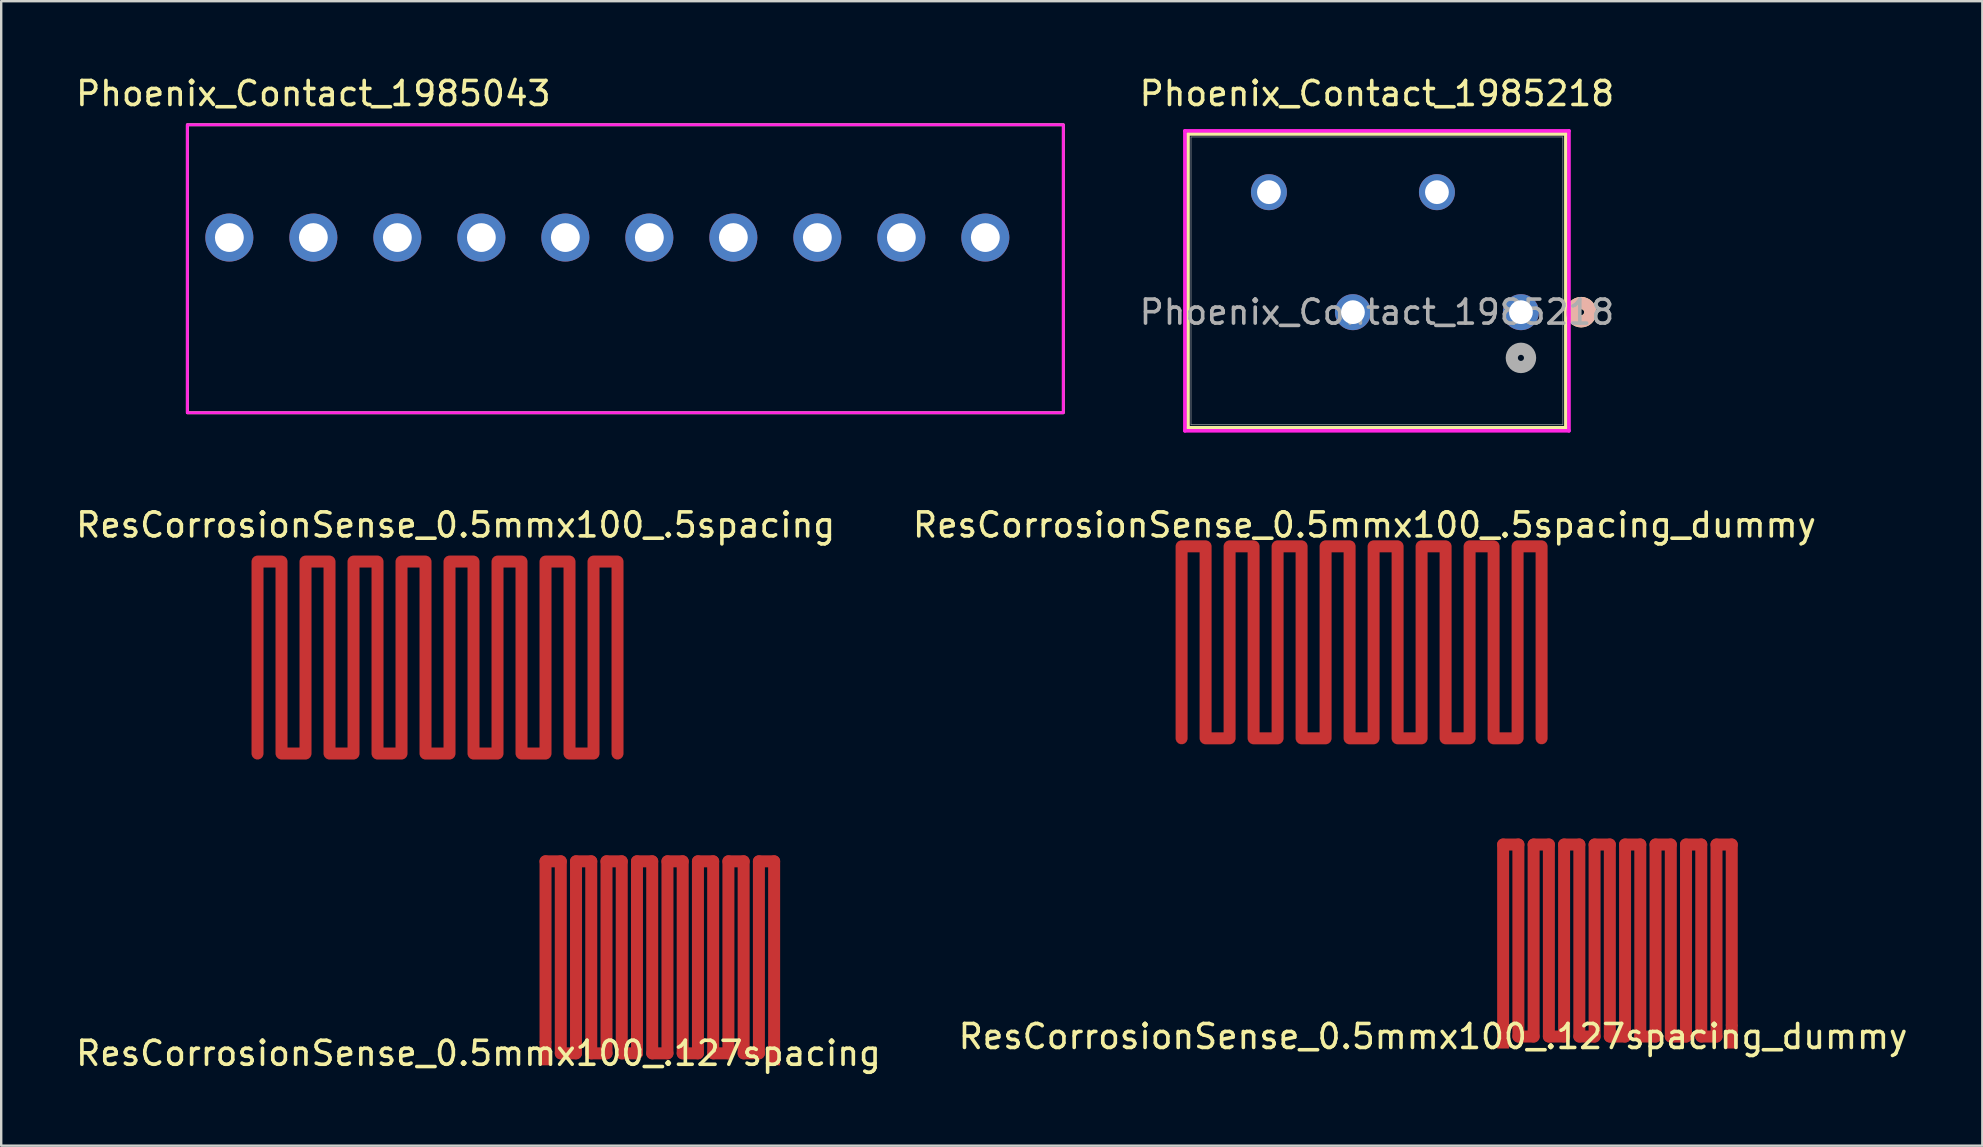
<source format=kicad_pcb>
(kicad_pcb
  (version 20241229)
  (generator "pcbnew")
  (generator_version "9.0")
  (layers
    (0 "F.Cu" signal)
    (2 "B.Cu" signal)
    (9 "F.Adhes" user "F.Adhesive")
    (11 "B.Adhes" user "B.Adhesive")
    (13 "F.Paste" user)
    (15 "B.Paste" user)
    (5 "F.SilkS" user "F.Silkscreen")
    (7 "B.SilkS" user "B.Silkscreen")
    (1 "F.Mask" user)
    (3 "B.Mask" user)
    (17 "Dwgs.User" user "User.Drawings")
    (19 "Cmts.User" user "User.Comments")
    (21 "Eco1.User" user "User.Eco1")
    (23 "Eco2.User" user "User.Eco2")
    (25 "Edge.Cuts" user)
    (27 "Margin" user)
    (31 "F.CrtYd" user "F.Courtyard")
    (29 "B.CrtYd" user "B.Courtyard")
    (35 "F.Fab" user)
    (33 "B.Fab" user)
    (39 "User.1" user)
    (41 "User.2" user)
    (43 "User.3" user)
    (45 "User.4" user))
  (footprint "ResCorrosionSense_0.5mmx100_.5spacing"
    (layer "F.Cu")
    (at 7.68 28.349)
    (property "Reference" "ResCorrosionSense_0.5mmx100_.5spacing" (at 8.255 -9.525 0) (unlocked yes) (layer "F.SilkS") (effects (font (size 1 1) (thickness 0.15))))
    (attr smd)
    (fp_rect (start -0.26 -8.31) (end 15.315 0.48) (stroke (width 0.12) (type solid)) (fill yes) (layer "F.Mask"))
    (pad "1" smd custom (at 0 0) (size 0.1 0.1) (layers "F.Cu") (options (anchor rect)) (primitives (gr_line (start 0 0) (end 0 -8) (width 0.5)) (gr_line (start 0 -8) (end 1 -8) (width 0.5)) (gr_line (start 1 0) (end 1 -8) (width 0.5)) (gr_line (start 1 0) (end 2 0) (width 0.5)) (gr_line (start 2 0) (end 2 -8) (width 0.5)) (gr_line (start 3 0) (end 3 -8) (width 0.5)) (gr_line (start 4 0) (end 4 -8) (width 0.5)) (gr_line (start 5 0) (end 5 -8) (width 0.5)) (gr_line (start 6 0) (end 6 -8) (width 0.5)) (gr_line (start 7 0) (end 7 -8) (width 0.5)) (gr_line (start 8 0) (end 8 -8) (width 0.5)) (gr_line (start 9 0) (end 9 -8) (width 0.5)) (gr_line (start 10 0) (end 10 -8) (width 0.5)) (gr_line (start 11 0) (end 11 -8) (width 0.5)) (gr_line (start 12 0) (end 12 -8) (width 0.5)) (gr_line (start 13 0) (end 13 -8) (width 0.5)) (gr_line (start 14 0) (end 14 -8) (width 0.5)) (gr_line (start 15 0) (end 15 -8) (width 0.5)) (gr_line (start 2 -8) (end 3 -8) (width 0.5)) (gr_line (start 4 -8) (end 5 -8) (width 0.5)) (gr_line (start 6 -8) (end 7 -8) (width 0.5)) (gr_line (start 8 -8) (end 9 -8) (width 0.5)) (gr_line (start 10 -8) (end 11 -8) (width 0.5)) (gr_line (start 12 -8) (end 13 -8) (width 0.5)) (gr_line (start 14 -8) (end 15 -8) (width 0.5)) (gr_line (start 3 0) (end 4 0) (width 0.5)) (gr_line (start 5 0) (end 6 0) (width 0.5)) (gr_line (start 7 0) (end 8 0) (width 0.5)) (gr_line (start 9 0) (end 10 0) (width 0.5)) (gr_line (start 11 0) (end 12 0) (width 0.5)) (gr_line (start 13 0) (end 14 0) (width 0.5)))))
  (footprint "ResCorrosionSense_0.5mmx100_.127spacing"
    (layer "F.Cu")
    (at 19.681 40.839)
    (property "Reference" "ResCorrosionSense_0.5mmx100_.127spacing" (at -2.794 0 0) (unlocked yes) (layer "F.SilkS") (effects (font (size 1 1) (thickness 0.15))))
    (attr smd)
    (fp_line (start 0 -0.5) (end 0 -8) (stroke (width 0.5) (type solid)) (layer "F.Cu"))
    (fp_line (start 0.635 -8) (end 0 -8) (stroke (width 0.5) (type solid)) (layer "F.Cu"))
    (fp_line (start 0.635 0) (end 0.635 -8) (stroke (width 0.5) (type solid)) (layer "F.Cu"))
    (fp_line (start 1.27 0) (end 0.635 0) (stroke (width 0.5) (type solid)) (layer "F.Cu"))
    (fp_line (start 1.27 0) (end 1.27 -8) (stroke (width 0.5) (type solid)) (layer "F.Cu"))
    (fp_line (start 1.905 -8) (end 1.27 -8) (stroke (width 0.5) (type solid)) (layer "F.Cu"))
    (fp_line (start 1.905 0) (end 1.905 -8) (stroke (width 0.5) (type solid)) (layer "F.Cu"))
    (fp_line (start 2.54 0) (end 1.905 0) (stroke (width 0.5) (type solid)) (layer "F.Cu"))
    (fp_line (start 2.54 0) (end 2.54 -8) (stroke (width 0.5) (type solid)) (layer "F.Cu"))
    (fp_line (start 3.175 -8) (end 2.54 -8) (stroke (width 0.5) (type solid)) (layer "F.Cu"))
    (fp_line (start 3.175 0) (end 3.175 -8) (stroke (width 0.5) (type solid)) (layer "F.Cu"))
    (fp_line (start 3.81 0) (end 3.175 0) (stroke (width 0.5) (type solid)) (layer "F.Cu"))
    (fp_line (start 3.81 0) (end 3.81 -8) (stroke (width 0.5) (type solid)) (layer "F.Cu"))
    (fp_line (start 4.445 -8) (end 3.81 -8) (stroke (width 0.5) (type solid)) (layer "F.Cu"))
    (fp_line (start 4.445 0) (end 4.445 -8) (stroke (width 0.5) (type solid)) (layer "F.Cu"))
    (fp_line (start 5.08 0) (end 4.445 0) (stroke (width 0.5) (type solid)) (layer "F.Cu"))
    (fp_line (start 5.08 0) (end 5.08 -8) (stroke (width 0.5) (type solid)) (layer "F.Cu"))
    (fp_line (start 5.715 -8) (end 5.08 -8) (stroke (width 0.5) (type solid)) (layer "F.Cu"))
    (fp_line (start 5.715 0) (end 5.715 -8) (stroke (width 0.5) (type solid)) (layer "F.Cu"))
    (fp_line (start 6.35 0) (end 5.715 0) (stroke (width 0.5) (type solid)) (layer "F.Cu"))
    (fp_line (start 6.35 0) (end 6.35 -8) (stroke (width 0.5) (type solid)) (layer "F.Cu"))
    (fp_line (start 6.985 -8) (end 6.35 -8) (stroke (width 0.5) (type solid)) (layer "F.Cu"))
    (fp_line (start 6.985 0) (end 6.985 -8) (stroke (width 0.5) (type solid)) (layer "F.Cu"))
    (fp_line (start 7.62 0) (end 6.985 0) (stroke (width 0.5) (type solid)) (layer "F.Cu"))
    (fp_line (start 7.62 0) (end 7.62 -8) (stroke (width 0.5) (type solid)) (layer "F.Cu"))
    (fp_line (start 8.255 -8) (end 7.62 -8) (stroke (width 0.5) (type solid)) (layer "F.Cu"))
    (fp_line (start 8.255 0) (end 8.255 -8) (stroke (width 0.5) (type solid)) (layer "F.Cu"))
    (fp_line (start 8.89 0) (end 8.255 0) (stroke (width 0.5) (type solid)) (layer "F.Cu"))
    (fp_line (start 8.89 0) (end 8.89 -8) (stroke (width 0.5) (type solid)) (layer "F.Cu"))
    (fp_line (start 9.525 -8) (end 8.89 -8) (stroke (width 0.5) (type solid)) (layer "F.Cu"))
    (fp_line (start 9.525 -0.5) (end 9.525 -8) (stroke (width 0.5) (type solid)) (layer "F.Cu"))
    (fp_rect (start 10.16 -8.89) (end -0.635 0.635) (stroke (width 0.12) (type solid)) (fill yes) (layer "F.Mask"))
    (pad "1" smd rect (at 9.525 0) (size 0.5 1) (layers "F.Cu" "F.Mask"))
    (pad "2" smd rect (at 0 0) (size 0.5 1) (layers "F.Cu" "F.Mask")))
  (footprint "Phoenix_Contact_1985218"
    (layer "F.Cu")
    (at 55.402 8.588)
    (property "Reference" "Phoenix_Contact_1985218" (at -1.08 -7.74 0) (unlocked yes) (layer "F.SilkS") (effects (font (size 1 1) (thickness 0.15))))
    (attr through_hole)
    (fp_line (start -8.953 -6.058) (end -8.953 6.185) (stroke (width 0.152) (type solid)) (layer "F.SilkS"))
    (fp_line (start -8.953 6.185) (end 6.795 6.185) (stroke (width 0.152) (type solid)) (layer "F.SilkS"))
    (fp_line (start 6.795 -6.058) (end -8.953 -6.058) (stroke (width 0.152) (type solid)) (layer "F.SilkS"))
    (fp_line (start 6.795 6.185) (end 6.795 -6.058) (stroke (width 0.152) (type solid)) (layer "F.SilkS"))
    (fp_circle (center 7.43 1.369) (end 7.811 1.369) (stroke (width 0.508) (type solid)) (fill no) (layer "F.SilkS"))
    (fp_circle (center 7.43 1.369) (end 7.811 1.369) (stroke (width 0.508) (type solid)) (fill no) (layer "B.SilkS"))
    (fp_line (start -9.08 -6.185) (end -9.08 6.312) (stroke (width 0.152) (type solid)) (layer "F.CrtYd"))
    (fp_line (start -9.08 6.312) (end 6.922 6.312) (stroke (width 0.152) (type solid)) (layer "F.CrtYd"))
    (fp_line (start 6.922 -6.185) (end -9.08 -6.185) (stroke (width 0.152) (type solid)) (layer "F.CrtYd"))
    (fp_line (start 6.922 6.312) (end 6.922 -6.185) (stroke (width 0.152) (type solid)) (layer "F.CrtYd"))
    (fp_line (start -8.826 -5.931) (end -8.826 6.058) (stroke (width 0.025) (type solid)) (layer "F.Fab"))
    (fp_line (start -8.826 6.058) (end 6.668 6.058) (stroke (width 0.025) (type solid)) (layer "F.Fab"))
    (fp_line (start 6.668 -5.931) (end -8.826 -5.931) (stroke (width 0.025) (type solid)) (layer "F.Fab"))
    (fp_line (start 6.668 6.058) (end 6.668 -5.931) (stroke (width 0.025) (type solid)) (layer "F.Fab"))
    (fp_circle (center 4.921 3.274) (end 5.302 3.274) (stroke (width 0.508) (type solid)) (fill no) (layer "F.Fab"))
    (fp_text user "${REFERENCE}" (at -1.079 1.369 0) (unlocked yes) (layer "F.Fab") (effects (font (size 1 1) (thickness 0.15))))
    (pad "1" thru_hole circle (at 4.921 1.369) (size 1.499 1.499) (drill 0.991) (layers "*.Cu" "*.Mask"))
    (pad "2" thru_hole circle (at 1.421 -3.631) (size 1.499 1.499) (drill 0.991) (layers "*.Cu" "*.Mask"))
    (pad "3" thru_hole circle (at -2.079 1.369) (size 1.499 1.499) (drill 0.991) (layers "*.Cu" "*.Mask"))
    (pad "4" thru_hole circle (at -5.579 -3.631) (size 1.499 1.499) (drill 0.991) (layers "*.Cu" "*.Mask")))
  (footprint "ResCorrosionSense_0.5mmx100_.5spacing_dummy"
    (layer "F.Cu")
    (at 46.184 27.714)
    (property "Reference" "ResCorrosionSense_0.5mmx100_.5spacing_dummy" (at 7.62 -8.89 0) (unlocked yes) (layer "F.SilkS") (effects (font (size 1 1) (thickness 0.15))))
    (attr smd)
    (pad "1" smd custom (at 0 0) (size 0.1 0.1) (layers "F.Cu") (options (anchor rect)) (primitives (gr_line (start 0 0) (end 0 -8) (width 0.5)) (gr_line (start 0 -8) (end 1 -8) (width 0.5)) (gr_line (start 1 0) (end 1 -8) (width 0.5)) (gr_line (start 1 0) (end 2 0) (width 0.5)) (gr_line (start 2 0) (end 2 -8) (width 0.5)) (gr_line (start 3 0) (end 3 -8) (width 0.5)) (gr_line (start 4 0) (end 4 -8) (width 0.5)) (gr_line (start 5 0) (end 5 -8) (width 0.5)) (gr_line (start 6 0) (end 6 -8) (width 0.5)) (gr_line (start 7 0) (end 7 -8) (width 0.5)) (gr_line (start 8 0) (end 8 -8) (width 0.5)) (gr_line (start 9 0) (end 9 -8) (width 0.5)) (gr_line (start 10 0) (end 10 -8) (width 0.5)) (gr_line (start 11 0) (end 11 -8) (width 0.5)) (gr_line (start 12 0) (end 12 -8) (width 0.5)) (gr_line (start 13 0) (end 13 -8) (width 0.5)) (gr_line (start 14 0) (end 14 -8) (width 0.5)) (gr_line (start 15 0) (end 15 -8) (width 0.5)) (gr_line (start 2 -8) (end 3 -8) (width 0.5)) (gr_line (start 4 -8) (end 5 -8) (width 0.5)) (gr_line (start 6 -8) (end 7 -8) (width 0.5)) (gr_line (start 8 -8) (end 9 -8) (width 0.5)) (gr_line (start 10 -8) (end 11 -8) (width 0.5)) (gr_line (start 12 -8) (end 13 -8) (width 0.5)) (gr_line (start 14 -8) (end 15 -8) (width 0.5)) (gr_line (start 3 0) (end 4 0) (width 0.5)) (gr_line (start 5 0) (end 6 0) (width 0.5)) (gr_line (start 7 0) (end 8 0) (width 0.5)) (gr_line (start 9 0) (end 10 0) (width 0.5)) (gr_line (start 11 0) (end 12 0) (width 0.5)) (gr_line (start 13 0) (end 14 0) (width 0.5)))))
  (footprint "Phoenix_Contact_1985043"
    (layer "F.Cu")
    (at 6.506 6.848)
    (property "Reference" "Phoenix_Contact_1985043" (at 3.5 -6 0) (unlocked yes) (layer "F.SilkS") (effects (font (size 1 1) (thickness 0.15))))
    (attr smd)
    (fp_rect (start -1.75 -4.7) (end 34.75 7.3) (stroke (width 0.12) (type solid)) (fill no) (layer "F.SilkS"))
    (fp_rect (start -1.75 -4.7) (end 34.75 7.3) (stroke (width 0.12) (type solid)) (fill no) (layer "F.CrtYd"))
    (pad "1" thru_hole circle (at 0 0) (size 2 2) (drill 1.2) (layers "*.Cu" "*.Mask"))
    (pad "2" thru_hole circle (at 3.5 0) (size 2 2) (drill 1.2) (layers "*.Cu" "*.Mask"))
    (pad "3" thru_hole circle (at 7 0) (size 2 2) (drill 1.2) (layers "*.Cu" "*.Mask"))
    (pad "4" thru_hole circle (at 10.5 0) (size 2 2) (drill 1.2) (layers "*.Cu" "*.Mask"))
    (pad "5" thru_hole circle (at 14 0) (size 2 2) (drill 1.2) (layers "*.Cu" "*.Mask"))
    (pad "6" thru_hole circle (at 17.5 0) (size 2 2) (drill 1.2) (layers "*.Cu" "*.Mask"))
    (pad "7" thru_hole circle (at 21 0) (size 2 2) (drill 1.2) (layers "*.Cu" "*.Mask"))
    (pad "8" thru_hole circle (at 24.5 0) (size 2 2) (drill 1.2) (layers "*.Cu" "*.Mask"))
    (pad "9" thru_hole circle (at 28 0) (size 2 2) (drill 1.2) (layers "*.Cu" "*.Mask"))
    (pad "10" thru_hole circle (at 31.5 0) (size 2 2) (drill 1.2) (layers "*.Cu" "*.Mask")))
  (footprint "ResCorrosionSense_0.5mmx100_.127spacing_dummy"
    (layer "F.Cu")
    (at 59.582 40.139)
    (property "Reference" "ResCorrosionSense_0.5mmx100_.127spacing_dummy" (at -2.921 0 0) (unlocked yes) (layer "F.SilkS") (effects (font (size 1 1) (thickness 0.15))))
    (attr smd)
    (fp_line (start 0 -0.5) (end 0 -8) (stroke (width 0.5) (type solid)) (layer "F.Cu"))
    (fp_line (start 0.635 -8) (end 0 -8) (stroke (width 0.5) (type solid)) (layer "F.Cu"))
    (fp_line (start 0.635 0) (end 0.635 -8) (stroke (width 0.5) (type solid)) (layer "F.Cu"))
    (fp_line (start 1.27 0) (end 0.635 0) (stroke (width 0.5) (type solid)) (layer "F.Cu"))
    (fp_line (start 1.27 0) (end 1.27 -8) (stroke (width 0.5) (type solid)) (layer "F.Cu"))
    (fp_line (start 1.905 -8) (end 1.27 -8) (stroke (width 0.5) (type solid)) (layer "F.Cu"))
    (fp_line (start 1.905 0) (end 1.905 -8) (stroke (width 0.5) (type solid)) (layer "F.Cu"))
    (fp_line (start 2.54 0) (end 1.905 0) (stroke (width 0.5) (type solid)) (layer "F.Cu"))
    (fp_line (start 2.54 0) (end 2.54 -8) (stroke (width 0.5) (type solid)) (layer "F.Cu"))
    (fp_line (start 3.175 -8) (end 2.54 -8) (stroke (width 0.5) (type solid)) (layer "F.Cu"))
    (fp_line (start 3.175 0) (end 3.175 -8) (stroke (width 0.5) (type solid)) (layer "F.Cu"))
    (fp_line (start 3.81 0) (end 3.175 0) (stroke (width 0.5) (type solid)) (layer "F.Cu"))
    (fp_line (start 3.81 0) (end 3.81 -8) (stroke (width 0.5) (type solid)) (layer "F.Cu"))
    (fp_line (start 4.445 -8) (end 3.81 -8) (stroke (width 0.5) (type solid)) (layer "F.Cu"))
    (fp_line (start 4.445 0) (end 4.445 -8) (stroke (width 0.5) (type solid)) (layer "F.Cu"))
    (fp_line (start 5.08 0) (end 4.445 0) (stroke (width 0.5) (type solid)) (layer "F.Cu"))
    (fp_line (start 5.08 0) (end 5.08 -8) (stroke (width 0.5) (type solid)) (layer "F.Cu"))
    (fp_line (start 5.715 -8) (end 5.08 -8) (stroke (width 0.5) (type solid)) (layer "F.Cu"))
    (fp_line (start 5.715 0) (end 5.715 -8) (stroke (width 0.5) (type solid)) (layer "F.Cu"))
    (fp_line (start 6.35 0) (end 5.715 0) (stroke (width 0.5) (type solid)) (layer "F.Cu"))
    (fp_line (start 6.35 0) (end 6.35 -8) (stroke (width 0.5) (type solid)) (layer "F.Cu"))
    (fp_line (start 6.985 -8) (end 6.35 -8) (stroke (width 0.5) (type solid)) (layer "F.Cu"))
    (fp_line (start 6.985 0) (end 6.985 -8) (stroke (width 0.5) (type solid)) (layer "F.Cu"))
    (fp_line (start 7.62 0) (end 6.985 0) (stroke (width 0.5) (type solid)) (layer "F.Cu"))
    (fp_line (start 7.62 0) (end 7.62 -8) (stroke (width 0.5) (type solid)) (layer "F.Cu"))
    (fp_line (start 8.255 -8) (end 7.62 -8) (stroke (width 0.5) (type solid)) (layer "F.Cu"))
    (fp_line (start 8.255 0) (end 8.255 -8) (stroke (width 0.5) (type solid)) (layer "F.Cu"))
    (fp_line (start 8.89 0) (end 8.255 0) (stroke (width 0.5) (type solid)) (layer "F.Cu"))
    (fp_line (start 8.89 0) (end 8.89 -8) (stroke (width 0.5) (type solid)) (layer "F.Cu"))
    (fp_line (start 9.525 -8) (end 8.89 -8) (stroke (width 0.5) (type solid)) (layer "F.Cu"))
    (fp_line (start 9.525 -0.5) (end 9.525 -8) (stroke (width 0.5) (type solid)) (layer "F.Cu"))
    (pad "1" smd rect (at 9.525 0) (size 0.5 1) (layers "F.Cu"))
    (pad "2" smd rect (at 0 0) (size 0.5 1) (layers "F.Cu")))
  (gr_rect
    (start -3 -3)
    (end 79.548 44.688)
    (stroke (width 0.1) (type default))
    (fill no)
    (layer "Edge.Cuts")))
</source>
